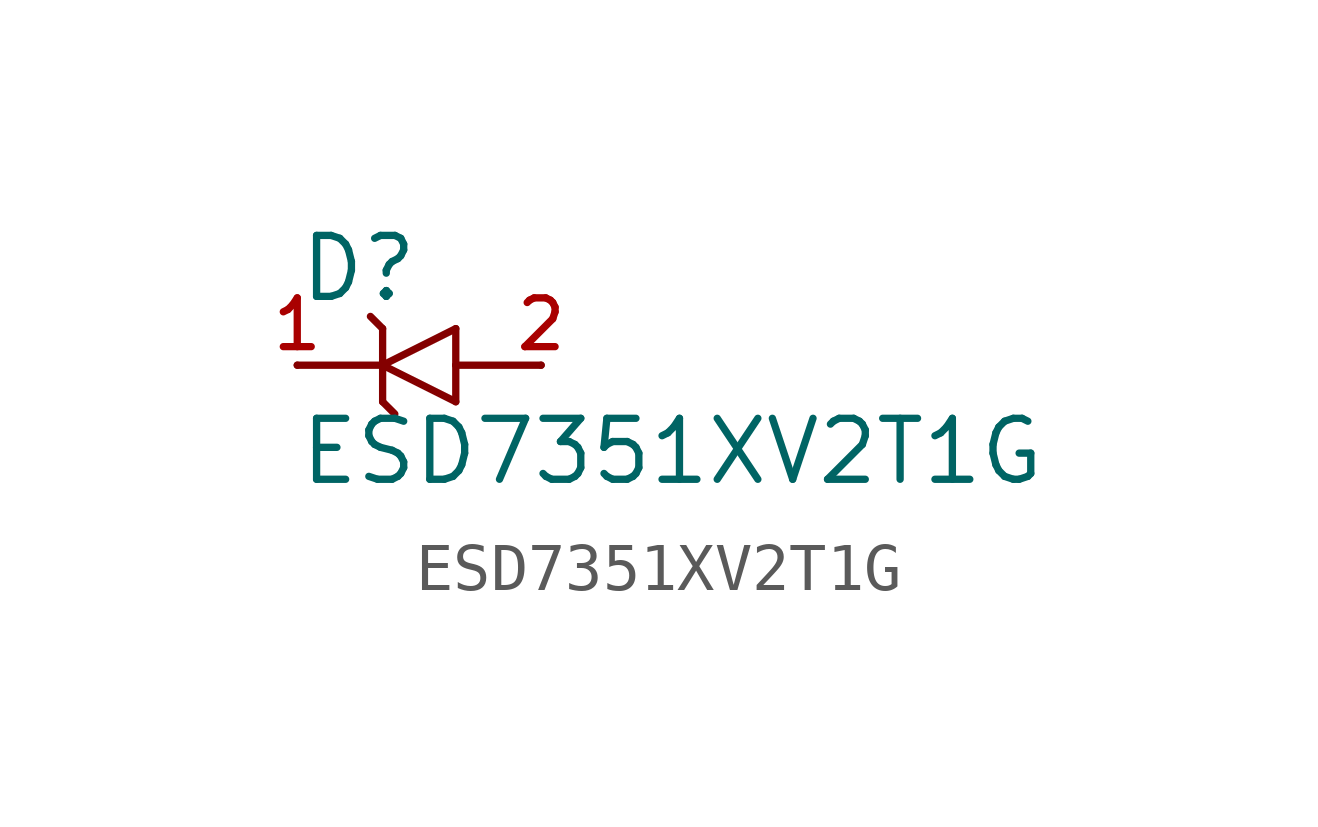
<source format=kicad_sym>
(kicad_symbol_lib
  (version 20211014)
  (generator kicad_symbol_editor)
  (symbol "ESD7351XV2T1G"
    (pin_names
      (offset 1.016))
    (property "Reference" "D"
      (at -2.54 1.27 0)
      (effects (font (size 1.27 1.27)) (justify bottom left)))
    (property "Value" "ESD7351XV2T1G"
      (at -2.54 -2.54 0)
      (effects (font (size 1.27 1.27)) (justify bottom left)))
    (symbol "ESD7351XV2T1G_0_0"
      (polyline (pts (xy -0.762 0.762) (xy -0.762 0.0)) (stroke (width 0.152)))
      (polyline (pts (xy -0.762 0.0) (xy -0.762 -0.762)) (stroke (width 0.152)))
      (polyline (pts (xy 0.762 0.762) (xy 0.762 0.0)) (stroke (width 0.152)))
      (polyline (pts (xy 0.762 0.0) (xy 0.762 -0.762)) (stroke (width 0.152)))
      (polyline (pts (xy -0.762 0.0) (xy 0.762 0.762)) (stroke (width 0.152)))
      (polyline (pts (xy -0.762 0.0) (xy 0.762 -0.762)) (stroke (width 0.152)))
      (polyline (pts (xy -2.54 0.0) (xy -0.762 0.0)) (stroke (width 0.152)))
      (polyline (pts (xy 0.762 0.0) (xy 2.54 0.0)) (stroke (width 0.152)))
      (polyline (pts (xy -0.762 0.762) (xy -1.016 1.016)) (stroke (width 0.152)))
      (polyline (pts (xy -0.762 -0.762) (xy -0.508 -1.016)) (stroke (width 0.152)))
      (pin passive line (at 2.54 0.0 180.0) (length 0) (name "~" (effects (font (size 1.016 1.016)))) (number "2" (effects (font (size 1.016 1.016)))))
      (pin passive line (at -2.54 0.0 0) (length 0) (name "~" (effects (font (size 1.016 1.016)))) (number "1" (effects (font (size 1.016 1.016))))))))
</source>
